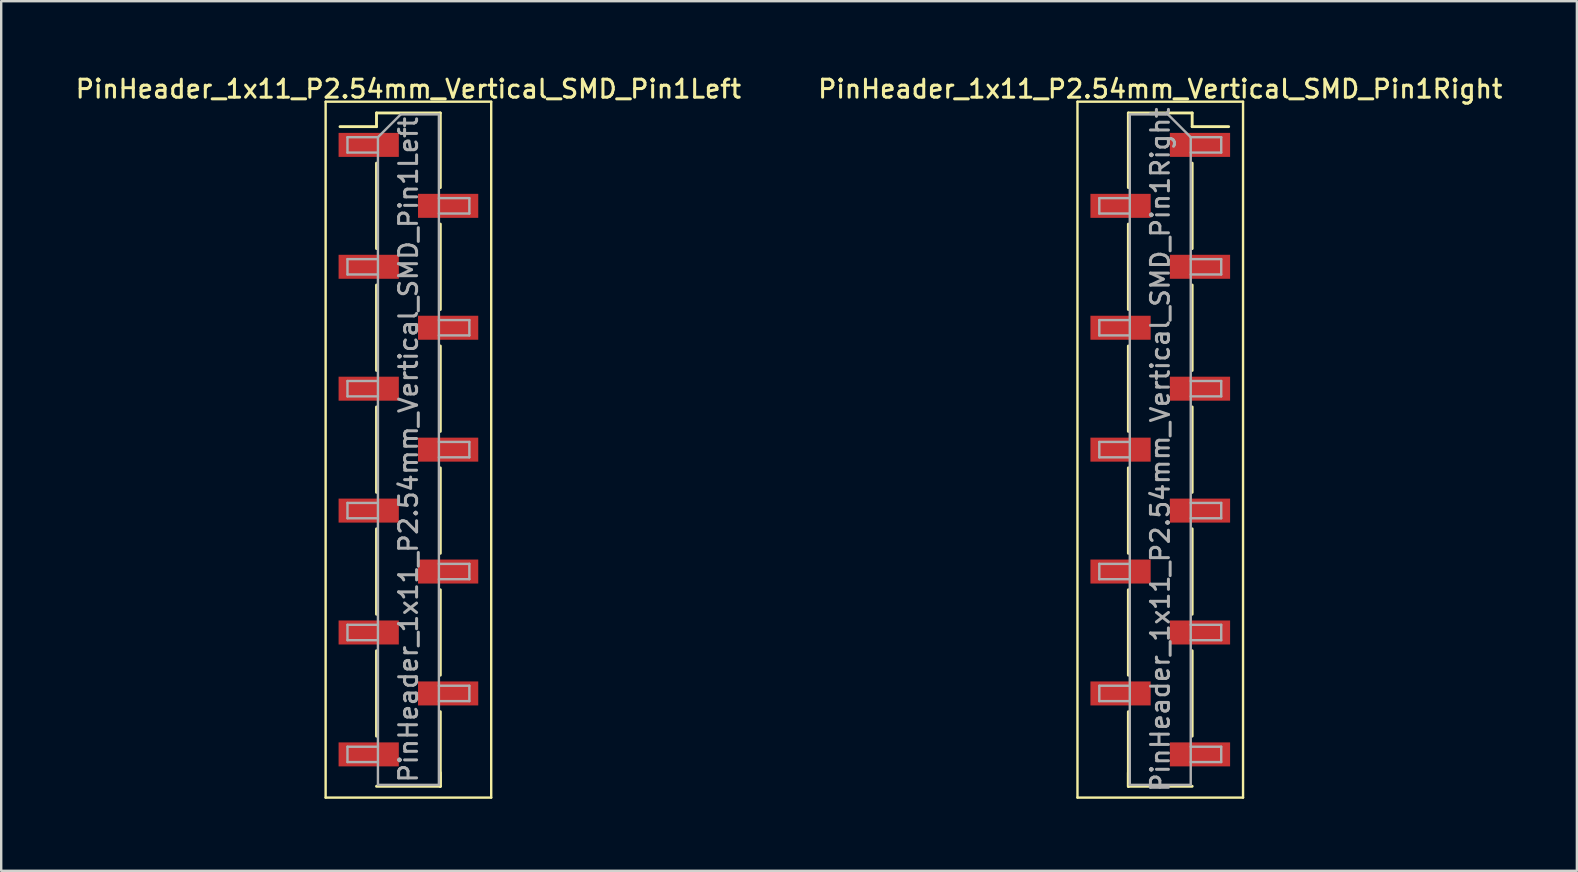
<source format=kicad_pcb>
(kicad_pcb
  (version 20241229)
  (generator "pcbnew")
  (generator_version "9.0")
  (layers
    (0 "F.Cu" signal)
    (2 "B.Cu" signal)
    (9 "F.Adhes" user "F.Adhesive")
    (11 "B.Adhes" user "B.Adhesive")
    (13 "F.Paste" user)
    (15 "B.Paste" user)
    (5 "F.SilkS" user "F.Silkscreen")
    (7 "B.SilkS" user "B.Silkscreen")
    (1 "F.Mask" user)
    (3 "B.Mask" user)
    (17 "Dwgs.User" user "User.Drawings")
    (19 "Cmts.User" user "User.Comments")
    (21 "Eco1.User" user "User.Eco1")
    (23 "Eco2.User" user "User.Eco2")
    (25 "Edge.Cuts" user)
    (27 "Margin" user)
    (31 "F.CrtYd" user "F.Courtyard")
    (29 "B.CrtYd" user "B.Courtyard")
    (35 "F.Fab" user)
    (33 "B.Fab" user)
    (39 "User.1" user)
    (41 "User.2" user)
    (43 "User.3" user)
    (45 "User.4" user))
  (footprint "PinHeader_1x11_P2.54mm_Vertical_SMD_Pin1Left"
    (layer "F.Cu")
    (at 13.97 15.688)
    (property "Reference" "PinHeader_1x11_P2.54mm_Vertical_SMD_Pin1Left" (at 0 -15.03 0) (layer "F.SilkS") (effects (font (size 0.75 0.75) (thickness 0.125))))
    (attr smd)
    (fp_line (start -3.45 -14.5) (end -3.45 14.5) (stroke (width 0.1) (type solid)) (layer "F.SilkS"))
    (fp_line (start -3.45 14.5) (end 3.45 14.5) (stroke (width 0.1) (type solid)) (layer "F.SilkS"))
    (fp_line (start -1.33 -14.03) (end -1.33 -13.46) (stroke (width 0.12) (type solid)) (layer "F.SilkS"))
    (fp_line (start -1.33 -14.03) (end 1.33 -14.03) (stroke (width 0.12) (type solid)) (layer "F.SilkS"))
    (fp_line (start -1.33 -13.46) (end -2.85 -13.46) (stroke (width 0.12) (type solid)) (layer "F.SilkS"))
    (fp_line (start -1.33 -11.94) (end -1.33 -8.38) (stroke (width 0.12) (type solid)) (layer "F.SilkS"))
    (fp_line (start -1.33 -6.86) (end -1.33 -3.3) (stroke (width 0.12) (type solid)) (layer "F.SilkS"))
    (fp_line (start -1.33 -1.78) (end -1.33 1.78) (stroke (width 0.12) (type solid)) (layer "F.SilkS"))
    (fp_line (start -1.33 3.3) (end -1.33 6.86) (stroke (width 0.12) (type solid)) (layer "F.SilkS"))
    (fp_line (start -1.33 8.38) (end -1.33 11.94) (stroke (width 0.12) (type solid)) (layer "F.SilkS"))
    (fp_line (start -1.33 14.03) (end 1.33 14.03) (stroke (width 0.12) (type solid)) (layer "F.SilkS"))
    (fp_line (start 1.33 -14.03) (end 1.33 -10.92) (stroke (width 0.12) (type solid)) (layer "F.SilkS"))
    (fp_line (start 1.33 -9.4) (end 1.33 -5.84) (stroke (width 0.12) (type solid)) (layer "F.SilkS"))
    (fp_line (start 1.33 -4.32) (end 1.33 -0.76) (stroke (width 0.12) (type solid)) (layer "F.SilkS"))
    (fp_line (start 1.33 0.76) (end 1.33 4.32) (stroke (width 0.12) (type solid)) (layer "F.SilkS"))
    (fp_line (start 1.33 5.84) (end 1.33 9.4) (stroke (width 0.12) (type solid)) (layer "F.SilkS"))
    (fp_line (start 1.33 10.92) (end 1.33 14.03) (stroke (width 0.12) (type solid)) (layer "F.SilkS"))
    (fp_line (start 1.33 13.46) (end 1.33 14.03) (stroke (width 0.12) (type solid)) (layer "F.SilkS"))
    (fp_line (start 3.45 -14.5) (end -3.45 -14.5) (stroke (width 0.1) (type solid)) (layer "F.SilkS"))
    (fp_line (start 3.45 14.5) (end 3.45 -14.5) (stroke (width 0.1) (type solid)) (layer "F.SilkS"))
    (fp_line (start -2.54 -13.02) (end -2.54 -12.38) (stroke (width 0.1) (type solid)) (layer "F.Fab"))
    (fp_line (start -2.54 -12.38) (end -1.27 -12.38) (stroke (width 0.1) (type solid)) (layer "F.Fab"))
    (fp_line (start -2.54 -7.94) (end -2.54 -7.3) (stroke (width 0.1) (type solid)) (layer "F.Fab"))
    (fp_line (start -2.54 -7.3) (end -1.27 -7.3) (stroke (width 0.1) (type solid)) (layer "F.Fab"))
    (fp_line (start -2.54 -2.86) (end -2.54 -2.22) (stroke (width 0.1) (type solid)) (layer "F.Fab"))
    (fp_line (start -2.54 -2.22) (end -1.27 -2.22) (stroke (width 0.1) (type solid)) (layer "F.Fab"))
    (fp_line (start -2.54 2.22) (end -2.54 2.86) (stroke (width 0.1) (type solid)) (layer "F.Fab"))
    (fp_line (start -2.54 2.86) (end -1.27 2.86) (stroke (width 0.1) (type solid)) (layer "F.Fab"))
    (fp_line (start -2.54 7.3) (end -2.54 7.94) (stroke (width 0.1) (type solid)) (layer "F.Fab"))
    (fp_line (start -2.54 7.94) (end -1.27 7.94) (stroke (width 0.1) (type solid)) (layer "F.Fab"))
    (fp_line (start -2.54 12.38) (end -2.54 13.02) (stroke (width 0.1) (type solid)) (layer "F.Fab"))
    (fp_line (start -2.54 13.02) (end -1.27 13.02) (stroke (width 0.1) (type solid)) (layer "F.Fab"))
    (fp_line (start -1.27 -13.02) (end -2.54 -13.02) (stroke (width 0.1) (type solid)) (layer "F.Fab"))
    (fp_line (start -1.27 -13.02) (end -0.32 -13.97) (stroke (width 0.1) (type solid)) (layer "F.Fab"))
    (fp_line (start -1.27 -7.94) (end -2.54 -7.94) (stroke (width 0.1) (type solid)) (layer "F.Fab"))
    (fp_line (start -1.27 -2.86) (end -2.54 -2.86) (stroke (width 0.1) (type solid)) (layer "F.Fab"))
    (fp_line (start -1.27 2.22) (end -2.54 2.22) (stroke (width 0.1) (type solid)) (layer "F.Fab"))
    (fp_line (start -1.27 7.3) (end -2.54 7.3) (stroke (width 0.1) (type solid)) (layer "F.Fab"))
    (fp_line (start -1.27 12.38) (end -2.54 12.38) (stroke (width 0.1) (type solid)) (layer "F.Fab"))
    (fp_line (start -1.27 13.97) (end -1.27 -13.02) (stroke (width 0.1) (type solid)) (layer "F.Fab"))
    (fp_line (start -0.32 -13.97) (end 1.27 -13.97) (stroke (width 0.1) (type solid)) (layer "F.Fab"))
    (fp_line (start 1.27 -13.97) (end 1.27 13.97) (stroke (width 0.1) (type solid)) (layer "F.Fab"))
    (fp_line (start 1.27 -10.48) (end 2.54 -10.48) (stroke (width 0.1) (type solid)) (layer "F.Fab"))
    (fp_line (start 1.27 -5.4) (end 2.54 -5.4) (stroke (width 0.1) (type solid)) (layer "F.Fab"))
    (fp_line (start 1.27 -0.32) (end 2.54 -0.32) (stroke (width 0.1) (type solid)) (layer "F.Fab"))
    (fp_line (start 1.27 4.76) (end 2.54 4.76) (stroke (width 0.1) (type solid)) (layer "F.Fab"))
    (fp_line (start 1.27 9.84) (end 2.54 9.84) (stroke (width 0.1) (type solid)) (layer "F.Fab"))
    (fp_line (start 1.27 13.97) (end -1.27 13.97) (stroke (width 0.1) (type solid)) (layer "F.Fab"))
    (fp_line (start 2.54 -10.48) (end 2.54 -9.84) (stroke (width 0.1) (type solid)) (layer "F.Fab"))
    (fp_line (start 2.54 -9.84) (end 1.27 -9.84) (stroke (width 0.1) (type solid)) (layer "F.Fab"))
    (fp_line (start 2.54 -5.4) (end 2.54 -4.76) (stroke (width 0.1) (type solid)) (layer "F.Fab"))
    (fp_line (start 2.54 -4.76) (end 1.27 -4.76) (stroke (width 0.1) (type solid)) (layer "F.Fab"))
    (fp_line (start 2.54 -0.32) (end 2.54 0.32) (stroke (width 0.1) (type solid)) (layer "F.Fab"))
    (fp_line (start 2.54 0.32) (end 1.27 0.32) (stroke (width 0.1) (type solid)) (layer "F.Fab"))
    (fp_line (start 2.54 4.76) (end 2.54 5.4) (stroke (width 0.1) (type solid)) (layer "F.Fab"))
    (fp_line (start 2.54 5.4) (end 1.27 5.4) (stroke (width 0.1) (type solid)) (layer "F.Fab"))
    (fp_line (start 2.54 9.84) (end 2.54 10.48) (stroke (width 0.1) (type solid)) (layer "F.Fab"))
    (fp_line (start 2.54 10.48) (end 1.27 10.48) (stroke (width 0.1) (type solid)) (layer "F.Fab"))
    (fp_text user "${REFERENCE}" (at 0 0 90) (layer "F.Fab") (effects (font (size 0.75 0.75) (thickness 0.125))))
    (pad "1" smd rect (at -1.655 -12.7) (size 2.51 1) (layers "F.Cu" "F.Mask" "F.Paste"))
    (pad "2" smd rect (at 1.655 -10.16) (size 2.51 1) (layers "F.Cu" "F.Mask" "F.Paste"))
    (pad "3" smd rect (at -1.655 -7.62) (size 2.51 1) (layers "F.Cu" "F.Mask" "F.Paste"))
    (pad "4" smd rect (at 1.655 -5.08) (size 2.51 1) (layers "F.Cu" "F.Mask" "F.Paste"))
    (pad "5" smd rect (at -1.655 -2.54) (size 2.51 1) (layers "F.Cu" "F.Mask" "F.Paste"))
    (pad "6" smd rect (at 1.655 0) (size 2.51 1) (layers "F.Cu" "F.Mask" "F.Paste"))
    (pad "7" smd rect (at -1.655 2.54) (size 2.51 1) (layers "F.Cu" "F.Mask" "F.Paste"))
    (pad "8" smd rect (at 1.655 5.08) (size 2.51 1) (layers "F.Cu" "F.Mask" "F.Paste"))
    (pad "9" smd rect (at -1.655 7.62) (size 2.51 1) (layers "F.Cu" "F.Mask" "F.Paste"))
    (pad "10" smd rect (at 1.655 10.16) (size 2.51 1) (layers "F.Cu" "F.Mask" "F.Paste"))
    (pad "11" smd rect (at -1.655 12.7) (size 2.51 1) (layers "F.Cu" "F.Mask" "F.Paste")))
  (footprint "PinHeader_1x11_P2.54mm_Vertical_SMD_Pin1Right"
    (layer "F.Cu")
    (at 45.302 15.688)
    (property "Reference" "PinHeader_1x11_P2.54mm_Vertical_SMD_Pin1Right" (at 0 -15.03 0) (layer "F.SilkS") (effects (font (size 0.75 0.75) (thickness 0.125))))
    (attr smd)
    (fp_line (start -3.45 -14.5) (end -3.45 14.5) (stroke (width 0.1) (type solid)) (layer "F.SilkS"))
    (fp_line (start -3.45 14.5) (end 3.45 14.5) (stroke (width 0.1) (type solid)) (layer "F.SilkS"))
    (fp_line (start -1.33 -14.03) (end -1.33 -10.92) (stroke (width 0.12) (type solid)) (layer "F.SilkS"))
    (fp_line (start -1.33 -14.03) (end 1.33 -14.03) (stroke (width 0.12) (type solid)) (layer "F.SilkS"))
    (fp_line (start -1.33 -9.4) (end -1.33 -5.84) (stroke (width 0.12) (type solid)) (layer "F.SilkS"))
    (fp_line (start -1.33 -4.32) (end -1.33 -0.76) (stroke (width 0.12) (type solid)) (layer "F.SilkS"))
    (fp_line (start -1.33 0.76) (end -1.33 4.32) (stroke (width 0.12) (type solid)) (layer "F.SilkS"))
    (fp_line (start -1.33 5.84) (end -1.33 9.4) (stroke (width 0.12) (type solid)) (layer "F.SilkS"))
    (fp_line (start -1.33 10.92) (end -1.33 14.03) (stroke (width 0.12) (type solid)) (layer "F.SilkS"))
    (fp_line (start -1.33 13.46) (end -1.33 14.03) (stroke (width 0.12) (type solid)) (layer "F.SilkS"))
    (fp_line (start -1.33 14.03) (end 1.33 14.03) (stroke (width 0.12) (type solid)) (layer "F.SilkS"))
    (fp_line (start 1.33 -14.03) (end 1.33 -13.46) (stroke (width 0.12) (type solid)) (layer "F.SilkS"))
    (fp_line (start 1.33 -13.46) (end 2.85 -13.46) (stroke (width 0.12) (type solid)) (layer "F.SilkS"))
    (fp_line (start 1.33 -11.94) (end 1.33 -8.38) (stroke (width 0.12) (type solid)) (layer "F.SilkS"))
    (fp_line (start 1.33 -6.86) (end 1.33 -3.3) (stroke (width 0.12) (type solid)) (layer "F.SilkS"))
    (fp_line (start 1.33 -1.78) (end 1.33 1.78) (stroke (width 0.12) (type solid)) (layer "F.SilkS"))
    (fp_line (start 1.33 3.3) (end 1.33 6.86) (stroke (width 0.12) (type solid)) (layer "F.SilkS"))
    (fp_line (start 1.33 8.38) (end 1.33 11.94) (stroke (width 0.12) (type solid)) (layer "F.SilkS"))
    (fp_line (start 3.45 -14.5) (end -3.45 -14.5) (stroke (width 0.1) (type solid)) (layer "F.SilkS"))
    (fp_line (start 3.45 14.5) (end 3.45 -14.5) (stroke (width 0.1) (type solid)) (layer "F.SilkS"))
    (fp_line (start -2.54 -10.48) (end -2.54 -9.84) (stroke (width 0.1) (type solid)) (layer "F.Fab"))
    (fp_line (start -2.54 -9.84) (end -1.27 -9.84) (stroke (width 0.1) (type solid)) (layer "F.Fab"))
    (fp_line (start -2.54 -5.4) (end -2.54 -4.76) (stroke (width 0.1) (type solid)) (layer "F.Fab"))
    (fp_line (start -2.54 -4.76) (end -1.27 -4.76) (stroke (width 0.1) (type solid)) (layer "F.Fab"))
    (fp_line (start -2.54 -0.32) (end -2.54 0.32) (stroke (width 0.1) (type solid)) (layer "F.Fab"))
    (fp_line (start -2.54 0.32) (end -1.27 0.32) (stroke (width 0.1) (type solid)) (layer "F.Fab"))
    (fp_line (start -2.54 4.76) (end -2.54 5.4) (stroke (width 0.1) (type solid)) (layer "F.Fab"))
    (fp_line (start -2.54 5.4) (end -1.27 5.4) (stroke (width 0.1) (type solid)) (layer "F.Fab"))
    (fp_line (start -2.54 9.84) (end -2.54 10.48) (stroke (width 0.1) (type solid)) (layer "F.Fab"))
    (fp_line (start -2.54 10.48) (end -1.27 10.48) (stroke (width 0.1) (type solid)) (layer "F.Fab"))
    (fp_line (start -1.27 -13.97) (end -1.27 13.97) (stroke (width 0.1) (type solid)) (layer "F.Fab"))
    (fp_line (start -1.27 -13.97) (end 0.32 -13.97) (stroke (width 0.1) (type solid)) (layer "F.Fab"))
    (fp_line (start -1.27 -10.48) (end -2.54 -10.48) (stroke (width 0.1) (type solid)) (layer "F.Fab"))
    (fp_line (start -1.27 -5.4) (end -2.54 -5.4) (stroke (width 0.1) (type solid)) (layer "F.Fab"))
    (fp_line (start -1.27 -0.32) (end -2.54 -0.32) (stroke (width 0.1) (type solid)) (layer "F.Fab"))
    (fp_line (start -1.27 4.76) (end -2.54 4.76) (stroke (width 0.1) (type solid)) (layer "F.Fab"))
    (fp_line (start -1.27 9.84) (end -2.54 9.84) (stroke (width 0.1) (type solid)) (layer "F.Fab"))
    (fp_line (start 1.27 -13.02) (end 0.32 -13.97) (stroke (width 0.1) (type solid)) (layer "F.Fab"))
    (fp_line (start 1.27 -13.02) (end 2.54 -13.02) (stroke (width 0.1) (type solid)) (layer "F.Fab"))
    (fp_line (start 1.27 -7.94) (end 2.54 -7.94) (stroke (width 0.1) (type solid)) (layer "F.Fab"))
    (fp_line (start 1.27 -2.86) (end 2.54 -2.86) (stroke (width 0.1) (type solid)) (layer "F.Fab"))
    (fp_line (start 1.27 2.22) (end 2.54 2.22) (stroke (width 0.1) (type solid)) (layer "F.Fab"))
    (fp_line (start 1.27 7.3) (end 2.54 7.3) (stroke (width 0.1) (type solid)) (layer "F.Fab"))
    (fp_line (start 1.27 12.38) (end 2.54 12.38) (stroke (width 0.1) (type solid)) (layer "F.Fab"))
    (fp_line (start 1.27 13.97) (end -1.27 13.97) (stroke (width 0.1) (type solid)) (layer "F.Fab"))
    (fp_line (start 1.27 13.97) (end 1.27 -13.02) (stroke (width 0.1) (type solid)) (layer "F.Fab"))
    (fp_line (start 2.54 -13.02) (end 2.54 -12.38) (stroke (width 0.1) (type solid)) (layer "F.Fab"))
    (fp_line (start 2.54 -12.38) (end 1.27 -12.38) (stroke (width 0.1) (type solid)) (layer "F.Fab"))
    (fp_line (start 2.54 -7.94) (end 2.54 -7.3) (stroke (width 0.1) (type solid)) (layer "F.Fab"))
    (fp_line (start 2.54 -7.3) (end 1.27 -7.3) (stroke (width 0.1) (type solid)) (layer "F.Fab"))
    (fp_line (start 2.54 -2.86) (end 2.54 -2.22) (stroke (width 0.1) (type solid)) (layer "F.Fab"))
    (fp_line (start 2.54 -2.22) (end 1.27 -2.22) (stroke (width 0.1) (type solid)) (layer "F.Fab"))
    (fp_line (start 2.54 2.22) (end 2.54 2.86) (stroke (width 0.1) (type solid)) (layer "F.Fab"))
    (fp_line (start 2.54 2.86) (end 1.27 2.86) (stroke (width 0.1) (type solid)) (layer "F.Fab"))
    (fp_line (start 2.54 7.3) (end 2.54 7.94) (stroke (width 0.1) (type solid)) (layer "F.Fab"))
    (fp_line (start 2.54 7.94) (end 1.27 7.94) (stroke (width 0.1) (type solid)) (layer "F.Fab"))
    (fp_line (start 2.54 12.38) (end 2.54 13.02) (stroke (width 0.1) (type solid)) (layer "F.Fab"))
    (fp_line (start 2.54 13.02) (end 1.27 13.02) (stroke (width 0.1) (type solid)) (layer "F.Fab"))
    (fp_text user "${REFERENCE}" (at 0 0 90) (layer "F.Fab") (effects (font (size 0.75 0.75) (thickness 0.125))))
    (pad "1" smd rect (at 1.655 -12.7) (size 2.51 1) (layers "F.Cu" "F.Mask" "F.Paste"))
    (pad "2" smd rect (at -1.655 -10.16) (size 2.51 1) (layers "F.Cu" "F.Mask" "F.Paste"))
    (pad "3" smd rect (at 1.655 -7.62) (size 2.51 1) (layers "F.Cu" "F.Mask" "F.Paste"))
    (pad "4" smd rect (at -1.655 -5.08) (size 2.51 1) (layers "F.Cu" "F.Mask" "F.Paste"))
    (pad "5" smd rect (at 1.655 -2.54) (size 2.51 1) (layers "F.Cu" "F.Mask" "F.Paste"))
    (pad "6" smd rect (at -1.655 0) (size 2.51 1) (layers "F.Cu" "F.Mask" "F.Paste"))
    (pad "7" smd rect (at 1.655 2.54) (size 2.51 1) (layers "F.Cu" "F.Mask" "F.Paste"))
    (pad "8" smd rect (at -1.655 5.08) (size 2.51 1) (layers "F.Cu" "F.Mask" "F.Paste"))
    (pad "9" smd rect (at 1.655 7.62) (size 2.51 1) (layers "F.Cu" "F.Mask" "F.Paste"))
    (pad "10" smd rect (at -1.655 10.16) (size 2.51 1) (layers "F.Cu" "F.Mask" "F.Paste"))
    (pad "11" smd rect (at 1.655 12.7) (size 2.51 1) (layers "F.Cu" "F.Mask" "F.Paste")))
  (gr_rect
    (start -3 -3)
    (end 62.664 33.238)
    (stroke (width 0.1) (type default))
    (fill no)
    (layer "Edge.Cuts")))
</source>
